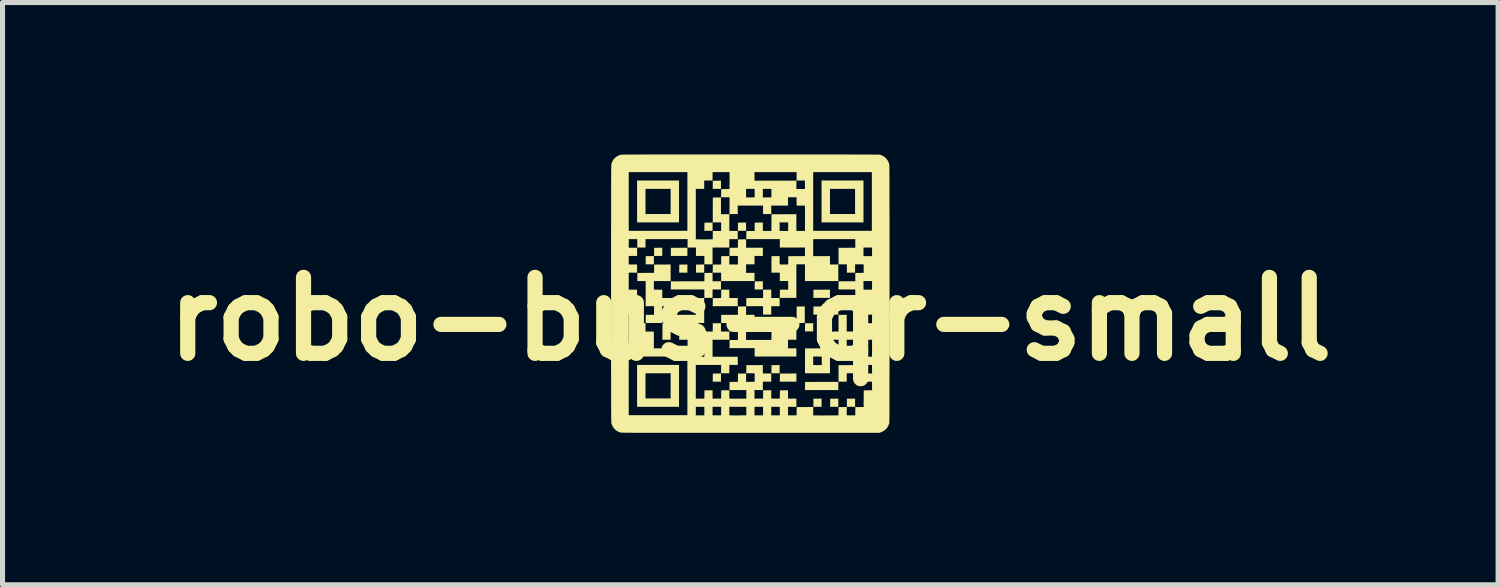
<source format=kicad_pcb>
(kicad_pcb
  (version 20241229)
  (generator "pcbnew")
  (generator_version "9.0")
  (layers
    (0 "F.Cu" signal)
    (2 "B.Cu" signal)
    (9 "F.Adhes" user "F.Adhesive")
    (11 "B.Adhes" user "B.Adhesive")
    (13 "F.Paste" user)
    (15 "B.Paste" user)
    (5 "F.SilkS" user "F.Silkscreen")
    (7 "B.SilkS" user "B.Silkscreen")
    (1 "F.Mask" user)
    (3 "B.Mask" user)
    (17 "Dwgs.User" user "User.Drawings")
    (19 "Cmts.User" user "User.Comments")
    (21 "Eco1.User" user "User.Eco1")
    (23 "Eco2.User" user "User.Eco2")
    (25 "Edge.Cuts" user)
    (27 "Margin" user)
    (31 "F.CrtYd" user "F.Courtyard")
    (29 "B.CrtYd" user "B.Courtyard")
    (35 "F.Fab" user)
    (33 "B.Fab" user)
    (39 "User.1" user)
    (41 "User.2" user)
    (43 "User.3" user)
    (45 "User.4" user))
  (footprint "robo-bus-qr-small"
    (layer "F.Cu")
    (at 11.764 3.248)
    (property "Reference" "robo-bus-qr-small" (at 0 0 0) (layer "F.SilkS") (effects (font (size 1.5 1.5) (thickness 0.3))))
    (attr board_only exclude_from_pos_files exclude_from_bom)
    (fp_poly (pts (xy -1.904 -1.16) (xy -1.904 -1.079) (xy -1.985 -1.079) (xy -2.066 -1.079) (xy -2.065 -1.159) (xy -2.064 -1.24) (xy -1.984 -1.241) (xy -1.904 -1.242)) (stroke (width 0) (type solid)) (fill yes) (layer "F.SilkS"))
    (fp_poly (pts (xy -1.738 -1.326) (xy -1.738 -1.245) (xy -1.819 -1.245) (xy -1.9 -1.245) (xy -1.899 -1.325) (xy -1.899 -1.405) (xy -1.818 -1.406) (xy -1.738 -1.407)) (stroke (width 0) (type solid)) (fill yes) (layer "F.SilkS"))
    (fp_poly (pts (xy -1.573 0.246) (xy -1.573 0.41) (xy -1.654 0.41) (xy -1.735 0.41) (xy -1.734 0.247) (xy -1.733 0.084) (xy -1.653 0.084) (xy -1.573 0.083)) (stroke (width 0) (type solid)) (fill yes) (layer "F.SilkS"))
    (fp_poly (pts (xy -1.242 -1.326) (xy -1.242 -1.245) (xy -1.405 -1.245) (xy -1.569 -1.245) (xy -1.568 -1.325) (xy -1.567 -1.405) (xy -1.405 -1.406) (xy -1.242 -1.407)) (stroke (width 0) (type solid)) (fill yes) (layer "F.SilkS"))
    (fp_poly (pts (xy -1.242 -0.995) (xy -1.242 -0.914) (xy -1.323 -0.914) (xy -1.404 -0.914) (xy -1.403 -0.994) (xy -1.402 -1.074) (xy -1.322 -1.075) (xy -1.242 -1.076)) (stroke (width 0) (type solid)) (fill yes) (layer "F.SilkS"))
    (fp_poly (pts (xy -0.91 -0.995) (xy -0.91 -0.914) (xy -0.992 -0.914) (xy -1.073 -0.914) (xy -1.072 -0.994) (xy -1.071 -1.074) (xy -0.991 -1.075) (xy -0.91 -1.076)) (stroke (width 0) (type solid)) (fill yes) (layer "F.SilkS"))
    (fp_poly (pts (xy -0.745 -1.822) (xy -0.745 -1.741) (xy -0.826 -1.741) (xy -0.907 -1.741) (xy -0.906 -1.822) (xy -0.905 -1.902) (xy -0.825 -1.903) (xy -0.745 -1.904)) (stroke (width 0) (type solid)) (fill yes) (layer "F.SilkS"))
    (fp_poly (pts (xy -0.579 -2.65) (xy -0.579 -2.569) (xy -0.66 -2.569) (xy -0.742 -2.569) (xy -0.741 -2.649) (xy -0.74 -2.729) (xy -0.66 -2.73) (xy -0.579 -2.731)) (stroke (width 0) (type solid)) (fill yes) (layer "F.SilkS"))
    (fp_poly (pts (xy -0.579 1.157) (xy -0.579 1.238) (xy -0.66 1.238) (xy -0.742 1.238) (xy -0.741 1.158) (xy -0.74 1.078) (xy -0.66 1.077) (xy -0.579 1.076)) (stroke (width 0) (type solid)) (fill yes) (layer "F.SilkS"))
    (fp_poly (pts (xy -0.083 -1.822) (xy -0.083 -1.741) (xy -0.164 -1.741) (xy -0.245 -1.741) (xy -0.244 -1.822) (xy -0.243 -1.902) (xy -0.163 -1.903) (xy -0.083 -1.904)) (stroke (width 0) (type solid)) (fill yes) (layer "F.SilkS"))
    (fp_poly (pts (xy 0.248 -0.664) (xy 0.248 -0.583) (xy 0.167 -0.583) (xy 0.086 -0.583) (xy 0.087 -0.663) (xy 0.088 -0.743) (xy 0.168 -0.744) (xy 0.248 -0.745)) (stroke (width 0) (type solid)) (fill yes) (layer "F.SilkS"))
    (fp_poly (pts (xy 0.579 0.991) (xy 0.579 1.072) (xy 0.498 1.072) (xy 0.417 1.072) (xy 0.418 0.992) (xy 0.419 0.912) (xy 0.499 0.911) (xy 0.579 0.91)) (stroke (width 0) (type solid)) (fill yes) (layer "F.SilkS"))
    (fp_poly (pts (xy 0.91 1.157) (xy 0.91 1.238) (xy 0.747 1.238) (xy 0.583 1.238) (xy 0.584 1.158) (xy 0.585 1.078) (xy 0.748 1.077) (xy 0.91 1.076)) (stroke (width 0) (type solid)) (fill yes) (layer "F.SilkS"))
    (fp_poly (pts (xy 1.076 -0.085) (xy 1.076 0.079) (xy 0.995 0.079) (xy 0.914 0.079) (xy 0.915 -0.084) (xy 0.916 -0.247) (xy 0.996 -0.247) (xy 1.076 -0.248)) (stroke (width 0) (type solid)) (fill yes) (layer "F.SilkS"))
    (fp_poly (pts (xy 1.242 0.164) (xy 1.242 0.245) (xy 1.16 0.245) (xy 1.079 0.245) (xy 1.08 0.165) (xy 1.081 0.084) (xy 1.161 0.084) (xy 1.242 0.083)) (stroke (width 0) (type solid)) (fill yes) (layer "F.SilkS"))
    (fp_poly (pts (xy 1.407 -0.167) (xy 1.407 -0.086) (xy 1.326 -0.086) (xy 1.245 -0.086) (xy 1.246 -0.166) (xy 1.247 -0.247) (xy 1.327 -0.247) (xy 1.407 -0.248)) (stroke (width 0) (type solid)) (fill yes) (layer "F.SilkS"))
    (fp_poly (pts (xy 1.407 1.653) (xy 1.407 1.734) (xy 1.326 1.734) (xy 1.245 1.734) (xy 1.246 1.654) (xy 1.247 1.574) (xy 1.327 1.573) (xy 1.407 1.572)) (stroke (width 0) (type solid)) (fill yes) (layer "F.SilkS"))
    (fp_poly (pts (xy 1.573 -0.498) (xy 1.573 -0.417) (xy 1.409 -0.417) (xy 1.245 -0.417) (xy 1.246 -0.497) (xy 1.247 -0.578) (xy 1.41 -0.578) (xy 1.573 -0.579)) (stroke (width 0) (type solid)) (fill yes) (layer "F.SilkS"))
    (fp_poly (pts (xy 1.738 -0.167) (xy 1.738 -0.086) (xy 1.657 -0.086) (xy 1.576 -0.086) (xy 1.577 -0.166) (xy 1.578 -0.247) (xy 1.658 -0.247) (xy 1.738 -0.248)) (stroke (width 0) (type solid)) (fill yes) (layer "F.SilkS"))
    (fp_poly (pts (xy 1.738 1.322) (xy 1.738 1.403) (xy 1.409 1.403) (xy 1.079 1.403) (xy 1.08 1.323) (xy 1.081 1.243) (xy 1.41 1.242) (xy 1.738 1.242)) (stroke (width 0) (type solid)) (fill yes) (layer "F.SilkS"))
    (fp_poly (pts (xy 1.738 1.653) (xy 1.738 1.734) (xy 1.657 1.734) (xy 1.576 1.734) (xy 1.577 1.654) (xy 1.578 1.574) (xy 1.658 1.573) (xy 1.738 1.572)) (stroke (width 0) (type solid)) (fill yes) (layer "F.SilkS"))
    (fp_poly (pts (xy 2.069 -0.333) (xy 2.069 -0.252) (xy 1.905 -0.252) (xy 1.741 -0.252) (xy 1.742 -0.332) (xy 1.743 -0.412) (xy 1.906 -0.413) (xy 2.069 -0.414)) (stroke (width 0) (type solid)) (fill yes) (layer "F.SilkS"))
    (fp_poly (pts (xy 2.069 1.653) (xy 2.069 1.734) (xy 1.988 1.734) (xy 1.907 1.734) (xy 1.908 1.654) (xy 1.909 1.574) (xy 1.989 1.573) (xy 2.069 1.572)) (stroke (width 0) (type solid)) (fill yes) (layer "F.SilkS"))
    (fp_poly (pts (xy -0.414 -0.497) (xy -0.414 -0.414) (xy -0.331 -0.414) (xy -0.248 -0.414) (xy -0.248 -0.333) (xy -0.248 -0.252) (xy -0.495 -0.252) (xy -0.742 -0.252) (xy -0.741 -0.332) (xy -0.74 -0.412) (xy -0.658 -0.413) (xy -0.576 -0.414) (xy -0.575 -0.496) (xy -0.574 -0.578) (xy -0.494 -0.579) (xy -0.414 -0.579)) (stroke (width 0) (type solid)) (fill yes) (layer "F.SilkS"))
    (fp_poly (pts (xy -1.407 -2.321) (xy -1.407 -1.907) (xy -1.821 -1.907) (xy -2.235 -1.907) (xy -2.235 -2.321) (xy -2.069 -2.321) (xy -2.069 -2.072) (xy -1.821 -2.072) (xy -1.573 -2.072) (xy -1.573 -2.321) (xy -1.573 -2.569) (xy -1.821 -2.569) (xy -2.069 -2.569) (xy -2.069 -2.321) (xy -2.235 -2.321) (xy -2.235 -2.734) (xy -1.821 -2.734) (xy -1.407 -2.734)) (stroke (width 0) (type solid)) (fill yes) (layer "F.SilkS"))
    (fp_poly (pts (xy -1.407 1.321) (xy -1.407 1.734) (xy -1.821 1.734) (xy -2.235 1.734) (xy -2.235 1.321) (xy -2.069 1.321) (xy -2.069 1.569) (xy -1.821 1.569) (xy -1.573 1.569) (xy -1.573 1.321) (xy -1.573 1.072) (xy -1.821 1.072) (xy -2.069 1.072) (xy -2.069 1.321) (xy -2.235 1.321) (xy -2.235 0.907) (xy -1.821 0.907) (xy -1.407 0.907)) (stroke (width 0) (type solid)) (fill yes) (layer "F.SilkS"))
    (fp_poly (pts (xy 2.235 -2.321) (xy 2.235 -1.907) (xy 1.821 -1.907) (xy 1.407 -1.907) (xy 1.407 -2.321) (xy 1.573 -2.321) (xy 1.573 -2.072) (xy 1.821 -2.072) (xy 2.069 -2.072) (xy 2.069 -2.321) (xy 2.069 -2.569) (xy 1.821 -2.569) (xy 1.573 -2.569) (xy 1.573 -2.321) (xy 1.407 -2.321) (xy 1.407 -2.734) (xy 1.821 -2.734) (xy 2.235 -2.734)) (stroke (width 0) (type solid)) (fill yes) (layer "F.SilkS"))
    (fp_poly (pts (xy 1.573 0.826) (xy 1.573 1.072) (xy 1.326 1.072) (xy 1.08 1.072) (xy 1.08 0.827) (xy 1.08 0.826) (xy 1.242 0.826) (xy 1.242 0.91) (xy 1.326 0.91) (xy 1.411 0.91) (xy 1.411 0.826) (xy 1.411 0.741) (xy 1.326 0.741) (xy 1.242 0.741) (xy 1.242 0.826) (xy 1.08 0.826) (xy 1.081 0.581) (xy 1.327 0.58) (xy 1.573 0.579)) (stroke (width 0) (type solid)) (fill yes) (layer "F.SilkS"))
    (fp_poly (pts (xy -0.91 -0.167) (xy -0.91 0.079) (xy -1.24 0.079) (xy -1.569 0.079) (xy -1.568 -0.001) (xy -1.567 -0.081) (xy -1.321 -0.082) (xy -1.281 -0.082) (xy -1.242 -0.082) (xy -1.206 -0.082) (xy -1.173 -0.083) (xy -1.144 -0.083) (xy -1.12 -0.083) (xy -1.1 -0.083) (xy -1.085 -0.083) (xy -1.076 -0.084) (xy -1.074 -0.084) (xy -1.073 -0.087) (xy -1.073 -0.097) (xy -1.073 -0.113) (xy -1.073 -0.133) (xy -1.072 -0.157) (xy -1.072 -0.185) (xy -1.072 -0.216) (xy -1.072 -0.249) (xy -1.071 -0.412) (xy -0.991 -0.413) (xy -0.91 -0.414)) (stroke (width 0) (type solid)) (fill yes) (layer "F.SilkS"))
    (fp_poly (pts (xy 0.414 -0.497) (xy 0.414 -0.414) (xy 0.497 -0.414) (xy 0.579 -0.414) (xy 0.579 -0.333) (xy 0.579 -0.252) (xy 0.497 -0.252) (xy 0.414 -0.252) (xy 0.414 -0.169) (xy 0.414 -0.086) (xy 0.333 -0.086) (xy 0.252 -0.086) (xy 0.252 -0.169) (xy 0.252 -0.252) (xy 0.086 -0.252) (xy -0.079 -0.252) (xy -0.079 -0.332) (xy -0.078 -0.412) (xy 0.005 -0.413) (xy 0.035 -0.413) (xy 0.069 -0.413) (xy 0.105 -0.413) (xy 0.139 -0.414) (xy 0.169 -0.414) (xy 0.17 -0.414) (xy 0.252 -0.414) (xy 0.253 -0.496) (xy 0.253 -0.578) (xy 0.334 -0.579) (xy 0.414 -0.579)) (stroke (width 0) (type solid)) (fill yes) (layer "F.SilkS"))
    (fp_poly (pts (xy -0.745 -0.828) (xy -0.745 -0.745) (xy -0.662 -0.745) (xy -0.579 -0.745) (xy -0.579 -0.664) (xy -0.579 -0.583) (xy -0.662 -0.583) (xy -0.745 -0.583) (xy -0.745 -0.5) (xy -0.745 -0.417) (xy -0.826 -0.417) (xy -0.907 -0.417) (xy -0.907 -0.5) (xy -0.907 -0.583) (xy -1.238 -0.583) (xy -1.569 -0.583) (xy -1.568 -0.663) (xy -1.567 -0.743) (xy -1.319 -0.744) (xy -1.276 -0.744) (xy -1.232 -0.744) (xy -1.19 -0.744) (xy -1.149 -0.744) (xy -1.11 -0.744) (xy -1.075 -0.745) (xy -1.044 -0.745) (xy -1.017 -0.745) (xy -0.997 -0.745) (xy -0.989 -0.745) (xy -0.907 -0.745) (xy -0.906 -0.827) (xy -0.905 -0.909) (xy -0.825 -0.91) (xy -0.745 -0.91)) (stroke (width 0) (type solid)) (fill yes) (layer "F.SilkS"))
    (fp_poly (pts (xy 1.904 0.083) (xy 1.904 0.248) (xy 1.986 0.248) (xy 2.069 0.248) (xy 2.069 0.329) (xy 2.069 0.41) (xy 1.986 0.41) (xy 1.904 0.41) (xy 1.904 0.493) (xy 1.904 0.576) (xy 1.823 0.576) (xy 1.742 0.576) (xy 1.742 0.493) (xy 1.742 0.41) (xy 1.576 0.41) (xy 1.41 0.41) (xy 1.411 0.33) (xy 1.412 0.25) (xy 1.576 0.249) (xy 1.609 0.249) (xy 1.639 0.249) (xy 1.667 0.248) (xy 1.692 0.248) (xy 1.712 0.248) (xy 1.727 0.248) (xy 1.737 0.247) (xy 1.74 0.247) (xy 1.741 0.244) (xy 1.741 0.234) (xy 1.741 0.218) (xy 1.742 0.198) (xy 1.742 0.174) (xy 1.742 0.146) (xy 1.742 0.115) (xy 1.742 0.082) (xy 1.743 -0.081) (xy 1.824 -0.082) (xy 1.904 -0.083)) (stroke (width 0) (type solid)) (fill yes) (layer "F.SilkS"))
    (fp_poly (pts (xy -0.083 -1.49) (xy -0.083 -1.407) (xy 0.001 -1.407) (xy 0.031 -1.407) (xy 0.065 -1.407) (xy 0.101 -1.407) (xy 0.135 -1.407) (xy 0.165 -1.407) (xy 0.166 -1.407) (xy 0.248 -1.407) (xy 0.248 -1.326) (xy 0.248 -1.245) (xy 0.166 -1.245) (xy 0.083 -1.245) (xy 0.083 -1.162) (xy 0.083 -1.079) (xy 0 -1.079) (xy -0.083 -1.079) (xy -0.083 -0.995) (xy -0.083 -0.91) (xy 0 -0.91) (xy 0.083 -0.91) (xy 0.083 -0.829) (xy 0.083 -0.748) (xy -0.247 -0.748) (xy -0.576 -0.748) (xy -0.576 -0.831) (xy -0.576 -0.914) (xy -0.659 -0.914) (xy -0.742 -0.914) (xy -0.741 -0.994) (xy -0.74 -1.074) (xy -0.658 -1.075) (xy -0.576 -1.076) (xy -0.575 -1.158) (xy -0.574 -1.24) (xy -0.494 -1.241) (xy -0.414 -1.242) (xy -0.414 -1.159) (xy -0.414 -1.076) (xy -0.329 -1.076) (xy -0.245 -1.076) (xy -0.245 -1.16) (xy -0.245 -1.245) (xy -0.328 -1.245) (xy -0.411 -1.245) (xy -0.41 -1.325) (xy -0.409 -1.405) (xy -0.327 -1.406) (xy -0.245 -1.407) (xy -0.244 -1.489) (xy -0.243 -1.571) (xy -0.163 -1.572) (xy -0.083 -1.573)) (stroke (width 0) (type solid)) (fill yes) (layer "F.SilkS"))
    (fp_poly (pts (xy -1.573 -0.912) (xy -1.573 -0.748) (xy -1.738 -0.748) (xy -1.904 -0.748) (xy -1.904 -0.664) (xy -1.904 -0.579) (xy -1.821 -0.579) (xy -1.738 -0.579) (xy -1.738 -0.497) (xy -1.738 -0.414) (xy -1.655 -0.414) (xy -1.633 -0.414) (xy -1.606 -0.414) (xy -1.574 -0.414) (xy -1.539 -0.414) (xy -1.502 -0.414) (xy -1.464 -0.414) (xy -1.427 -0.414) (xy -1.406 -0.414) (xy -1.242 -0.414) (xy -1.242 -0.333) (xy -1.242 -0.252) (xy -1.49 -0.252) (xy -1.738 -0.252) (xy -1.738 -0.086) (xy -1.738 0.079) (xy -1.902 0.079) (xy -2.066 0.079) (xy -2.065 -0.001) (xy -2.064 -0.081) (xy -1.982 -0.082) (xy -1.9 -0.083) (xy -1.9 -0.167) (xy -1.9 -0.252) (xy -1.983 -0.252) (xy -2.066 -0.252) (xy -2.066 -0.416) (xy -2.066 -0.453) (xy -2.066 -0.491) (xy -2.066 -0.529) (xy -2.066 -0.565) (xy -2.066 -0.599) (xy -2.066 -0.629) (xy -2.066 -0.653) (xy -2.066 -0.665) (xy -2.066 -0.748) (xy -2.149 -0.748) (xy -2.231 -0.748) (xy -2.231 -0.828) (xy -2.23 -0.909) (xy -2.147 -0.909) (xy -2.117 -0.91) (xy -2.083 -0.91) (xy -2.047 -0.91) (xy -2.013 -0.91) (xy -1.983 -0.91) (xy -1.982 -0.91) (xy -1.9 -0.91) (xy -1.899 -0.992) (xy -1.899 -1.074) (xy -1.736 -1.075) (xy -1.573 -1.076)) (stroke (width 0) (type solid)) (fill yes) (layer "F.SilkS"))
    (fp_poly (pts (xy -0.083 -0.166) (xy -0.083 -0.083) (xy 0 -0.083) (xy 0.083 -0.083) (xy 0.083 0.081) (xy 0.083 0.245) (xy 0 0.245) (xy -0.083 0.245) (xy -0.083 0.329) (xy -0.083 0.414) (xy 0 0.414) (xy 0.03 0.414) (xy 0.063 0.414) (xy 0.099 0.414) (xy 0.134 0.414) (xy 0.165 0.414) (xy 0.169 0.414) (xy 0.199 0.414) (xy 0.233 0.414) (xy 0.268 0.414) (xy 0.302 0.414) (xy 0.332 0.414) (xy 0.336 0.414) (xy 0.417 0.414) (xy 0.418 0.332) (xy 0.419 0.25) (xy 0.501 0.249) (xy 0.583 0.248) (xy 0.584 0.166) (xy 0.585 0.084) (xy 0.748 0.084) (xy 0.91 0.083) (xy 0.91 0.247) (xy 0.91 0.41) (xy 0.828 0.41) (xy 0.745 0.41) (xy 0.745 0.495) (xy 0.745 0.579) (xy 0.828 0.579) (xy 0.91 0.579) (xy 0.91 0.66) (xy 0.91 0.741) (xy 0.498 0.741) (xy 0.086 0.741) (xy 0.086 0.659) (xy 0.086 0.576) (xy -0.162 0.576) (xy -0.411 0.576) (xy -0.41 0.496) (xy -0.409 0.416) (xy -0.327 0.415) (xy -0.245 0.414) (xy -0.245 0.329) (xy -0.245 0.245) (xy -0.328 0.245) (xy -0.41 0.245) (xy -0.41 0.162) (xy -0.41 0.079) (xy -0.493 0.079) (xy -0.576 0.079) (xy -0.575 -0.001) (xy -0.574 -0.081) (xy -0.491 -0.082) (xy -0.461 -0.082) (xy -0.427 -0.082) (xy -0.392 -0.082) (xy -0.358 -0.083) (xy -0.328 -0.083) (xy -0.327 -0.083) (xy -0.245 -0.083) (xy -0.244 -0.165) (xy -0.243 -0.247) (xy -0.163 -0.247) (xy -0.083 -0.248)) (stroke (width 0) (type solid)) (fill yes) (layer "F.SilkS"))
    (fp_poly (pts (xy -0.356 -3.248) (xy -0.206 -3.248) (xy -0.049 -3.248) (xy -0.000311 -3.248) (xy 0.16 -3.248) (xy 0.314 -3.248) (xy 0.461 -3.248) (xy 0.601 -3.248) (xy 0.736 -3.248) (xy 0.864 -3.248) (xy 0.986 -3.248) (xy 1.102 -3.248) (xy 1.212 -3.248) (xy 1.317 -3.248) (xy 1.417 -3.248) (xy 1.511 -3.248) (xy 1.599 -3.248) (xy 1.683 -3.248) (xy 1.762 -3.248) (xy 1.836 -3.248) (xy 1.905 -3.248) (xy 1.97 -3.248) (xy 2.031 -3.247) (xy 2.087 -3.247) (xy 2.14 -3.247) (xy 2.188 -3.247) (xy 2.233 -3.247) (xy 2.274 -3.247) (xy 2.312 -3.247) (xy 2.346 -3.247) (xy 2.377 -3.246) (xy 2.405 -3.246) (xy 2.431 -3.246) (xy 2.453 -3.246) (xy 2.473 -3.246) (xy 2.49 -3.245) (xy 2.505 -3.245) (xy 2.518 -3.245) (xy 2.528 -3.245) (xy 2.537 -3.244) (xy 2.544 -3.244) (xy 2.55 -3.244) (xy 2.554 -3.244) (xy 2.556 -3.243) (xy 2.557 -3.243) (xy 2.593 -3.232) (xy 2.627 -3.215) (xy 2.659 -3.192) (xy 2.686 -3.165) (xy 2.71 -3.133) (xy 2.729 -3.099) (xy 2.742 -3.061) (xy 2.742 -3.06) (xy 2.742 -3.059) (xy 2.743 -3.057) (xy 2.743 -3.055) (xy 2.743 -3.052) (xy 2.744 -3.049) (xy 2.744 -3.045) (xy 2.744 -3.041) (xy 2.745 -3.035) (xy 2.745 -3.028) (xy 2.745 -3.02) (xy 2.746 -3.011) (xy 2.746 -3) (xy 2.746 -2.987) (xy 2.746 -2.972) (xy 2.746 -2.956) (xy 2.747 -2.937) (xy 2.747 -2.916) (xy 2.747 -2.892) (xy 2.747 -2.865) (xy 2.747 -2.836) (xy 2.747 -2.804) (xy 2.748 -2.769) (xy 2.748 -2.731) (xy 2.748 -2.689) (xy 2.748 -2.644) (xy 2.748 -2.595) (xy 2.748 -2.542) (xy 2.748 -2.485) (xy 2.748 -2.425) (xy 2.748 -2.36) (xy 2.748 -2.29) (xy 2.748 -2.216) (xy 2.748 -2.137) (xy 2.749 -2.054) (xy 2.749 -1.965) (xy 2.749 -1.871) (xy 2.749 -1.772) (xy 2.749 -1.668) (xy 2.749 -1.557) (xy 2.749 -1.442) (xy 2.749 -1.32) (xy 2.749 -1.192) (xy 2.749 -1.058) (xy 2.749 -0.918) (xy 2.749 -0.771) (xy 2.749 -0.617) (xy 2.749 -0.498) (xy 2.749 -0.34) (xy 2.749 -0.188) (xy 2.749 -0.043) (xy 2.749 0.096) (xy 2.749 0.229) (xy 2.749 0.355) (xy 2.749 0.475) (xy 2.749 0.59) (xy 2.749 0.698) (xy 2.749 0.801) (xy 2.749 0.899) (xy 2.749 0.992) (xy 2.748 1.079) (xy 2.748 1.161) (xy 2.748 1.239) (xy 2.748 1.312) (xy 2.748 1.38) (xy 2.748 1.444) (xy 2.748 1.504) (xy 2.748 1.56) (xy 2.748 1.612) (xy 2.748 1.66) (xy 2.748 1.704) (xy 2.748 1.745) (xy 2.748 1.782) (xy 2.747 1.817) (xy 2.747 1.848) (xy 2.747 1.876) (xy 2.747 1.902) (xy 2.747 1.925) (xy 2.747 1.946) (xy 2.746 1.964) (xy 2.746 1.98) (xy 2.746 1.994) (xy 2.746 2.007) (xy 2.745 2.017) (xy 2.745 2.027) (xy 2.745 2.034) (xy 2.745 2.041) (xy 2.744 2.046) (xy 2.744 2.05) (xy 2.744 2.054) (xy 2.743 2.057) (xy 2.743 2.059) (xy 2.742 2.061) (xy 2.742 2.063) (xy 2.742 2.063) (xy 2.729 2.101) (xy 2.71 2.136) (xy 2.685 2.168) (xy 2.655 2.195) (xy 2.62 2.218) (xy 2.581 2.236) (xy 2.579 2.237) (xy 2.554 2.247) (xy 0.007 2.247) (xy -0.152 2.247) (xy -0.304 2.247) (xy -0.45 2.247) (xy -0.589 2.247) (xy -0.722 2.247) (xy -0.849 2.247) (xy -0.969 2.247) (xy -1.084 2.247) (xy -1.193 2.247) (xy -1.297 2.247) (xy -1.395 2.247) (xy -1.488 2.247) (xy -1.575 2.247) (xy -1.658 2.247) (xy -1.736 2.247) (xy -1.809 2.247) (xy -1.878 2.247) (xy -1.942 2.247) (xy -2.002 2.247) (xy -2.058 2.247) (xy -2.11 2.247) (xy -2.159 2.247) (xy -2.203 2.247) (xy -2.245 2.247) (xy -2.282 2.247) (xy -2.317 2.247) (xy -2.348 2.246) (xy -2.377 2.246) (xy -2.403 2.246) (xy -2.426 2.246) (xy -2.447 2.246) (xy -2.466 2.246) (xy -2.482 2.245) (xy -2.496 2.245) (xy -2.509 2.245) (xy -2.52 2.245) (xy -2.529 2.244) (xy -2.536 2.244) (xy -2.543 2.244) (xy -2.548 2.244) (xy -2.553 2.243) (xy -2.556 2.243) (xy -2.559 2.243) (xy -2.561 2.242) (xy -2.563 2.242) (xy -2.565 2.241) (xy -2.565 2.241) (xy -2.602 2.228) (xy -2.637 2.209) (xy -2.668 2.185) (xy -2.695 2.155) (xy -2.717 2.122) (xy -2.734 2.086) (xy -2.742 2.06) (xy -2.742 2.059) (xy -2.743 2.057) (xy -2.743 2.055) (xy -2.743 2.052) (xy -2.744 2.049) (xy -2.744 2.045) (xy -2.744 2.041) (xy -2.745 2.035) (xy -2.745 2.028) (xy -2.745 2.02) (xy -2.746 2.011) (xy -2.746 2) (xy -2.746 1.987) (xy -2.746 1.972) (xy -2.746 1.956) (xy -2.747 1.937) (xy -2.747 1.916) (xy -2.747 1.892) (xy -2.747 1.865) (xy -2.747 1.836) (xy -2.747 1.804) (xy -2.748 1.769) (xy -2.748 1.731) (xy -2.748 1.689) (xy -2.748 1.644) (xy -2.748 1.595) (xy -2.748 1.542) (xy -2.748 1.485) (xy -2.748 1.425) (xy -2.748 1.359) (xy -2.748 1.321) (xy -2.4 1.321) (xy -2.4 1.9) (xy -1.821 1.9) (xy -1.242 1.9) (xy -1.242 1.819) (xy -1.076 1.819) (xy -1.076 1.903) (xy -0.992 1.903) (xy -0.907 1.903) (xy -0.907 1.819) (xy -0.745 1.819) (xy -0.745 1.903) (xy -0.66 1.903) (xy -0.576 1.903) (xy -0.576 1.819) (xy -0.576 1.819) (xy -0.414 1.819) (xy -0.414 1.903) (xy -0.33 1.904) (xy -0.307 1.905) (xy -0.285 1.905) (xy -0.267 1.905) (xy -0.253 1.905) (xy -0.244 1.904) (xy -0.242 1.904) (xy -0.237 1.904) (xy -0.227 1.904) (xy -0.212 1.904) (xy -0.192 1.904) (xy -0.171 1.903) (xy -0.158 1.903) (xy -0.079 1.903) (xy -0.079 1.819) (xy 0.083 1.819) (xy 0.083 1.903) (xy 0.167 1.903) (xy 0.252 1.903) (xy 0.252 1.819) (xy 0.414 1.819) (xy 0.414 1.903) (xy 0.498 1.903) (xy 0.583 1.903) (xy 0.583 1.819) (xy 0.583 1.734) (xy 0.498 1.734) (xy 0.414 1.734) (xy 0.414 1.819) (xy 0.252 1.819) (xy 0.252 1.734) (xy 0.167 1.734) (xy 0.083 1.734) (xy 0.083 1.819) (xy -0.079 1.819) (xy -0.079 1.734) (xy -0.247 1.734) (xy -0.414 1.734) (xy -0.414 1.819) (xy -0.576 1.819) (xy -0.576 1.734) (xy -0.66 1.734) (xy -0.745 1.734) (xy -0.745 1.819) (xy -0.907 1.819) (xy -0.907 1.734) (xy -0.992 1.734) (xy -1.076 1.734) (xy -1.076 1.819) (xy -1.242 1.819) (xy -1.242 1.321) (xy -1.242 0.741) (xy -1.821 0.741) (xy -2.4 0.741) (xy -2.4 1.321) (xy -2.748 1.321) (xy -2.748 1.29) (xy -2.748 1.216) (xy -2.748 1.137) (xy -2.749 1.053) (xy -2.749 0.965) (xy -2.749 0.871) (xy -2.749 0.772) (xy -2.749 0.667) (xy -2.749 0.66) (xy -1.076 0.66) (xy -1.076 0.745) (xy -0.992 0.745) (xy -0.907 0.745) (xy -0.907 0.66) (xy -0.907 0.576) (xy -0.992 0.576) (xy -1.076 0.576) (xy -1.076 0.66) (xy -2.749 0.66) (xy -2.749 0.557) (xy -2.749 0.441) (xy -2.749 0.32) (xy -2.749 0.192) (xy -2.749 0.058) (xy -2.749 -0.083) (xy -2.749 -0.229) (xy -2.749 -0.383) (xy -2.749 -0.501) (xy -2.749 -0.661) (xy -2.749 -0.813) (xy -2.749 -0.959) (xy -2.749 -1.099) (xy -2.749 -1.232) (xy -2.749 -1.359) (xy -2.749 -1.48) (xy -2.749 -1.576) (xy -2.4 -1.576) (xy -2.4 -1.491) (xy -2.4 -1.407) (xy -2.318 -1.407) (xy -2.235 -1.407) (xy -2.235 -1.326) (xy -2.235 -1.245) (xy -2.318 -1.245) (xy -2.4 -1.245) (xy -2.4 -1.16) (xy -2.4 -1.076) (xy -2.318 -1.076) (xy -2.235 -1.076) (xy -2.235 -0.995) (xy -2.235 -0.914) (xy -2.318 -0.914) (xy -2.4 -0.914) (xy -2.4 -0.747) (xy -2.4 -0.579) (xy -2.318 -0.579) (xy -2.235 -0.579) (xy -2.235 -0.333) (xy -2.235 -0.086) (xy -2.318 -0.086) (xy -2.4 -0.086) (xy -2.4 0.247) (xy -2.4 0.579) (xy -2.316 0.579) (xy -2.231 0.579) (xy -2.231 0.497) (xy -2.231 0.476) (xy -2.231 0.45) (xy -2.231 0.418) (xy -2.231 0.384) (xy -2.231 0.347) (xy -2.231 0.309) (xy -2.23 0.272) (xy -2.23 0.25) (xy -2.23 0.084) (xy -2.149 0.084) (xy -2.069 0.083) (xy -2.069 0.165) (xy -2.069 0.248) (xy -1.986 0.248) (xy -1.904 0.248) (xy -1.904 0.414) (xy -1.904 0.579) (xy -1.821 0.579) (xy -1.8 0.579) (xy -1.773 0.579) (xy -1.742 0.579) (xy -1.707 0.579) (xy -1.67 0.579) (xy -1.632 0.579) (xy -1.594 0.579) (xy -1.569 0.579) (xy -1.532 0.579) (xy -1.494 0.579) (xy -1.457 0.579) (xy -1.421 0.579) (xy -1.387 0.579) (xy -1.357 0.579) (xy -1.333 0.579) (xy -1.319 0.579) (xy -1.238 0.579) (xy -1.238 0.495) (xy -1.238 0.41) (xy -1.321 0.41) (xy -1.404 0.41) (xy -1.403 0.33) (xy -1.402 0.25) (xy -1.154 0.249) (xy -1.11 0.249) (xy -1.067 0.249) (xy -1.024 0.249) (xy -0.983 0.249) (xy -0.945 0.249) (xy -0.909 0.249) (xy -0.878 0.248) (xy -0.852 0.248) (xy -0.831 0.248) (xy -0.823 0.248) (xy -0.742 0.248) (xy -0.741 0.166) (xy -0.74 0.084) (xy -0.66 0.084) (xy -0.579 0.083) (xy -0.579 0.165) (xy -0.579 0.248) (xy -0.497 0.248) (xy -0.414 0.248) (xy -0.414 0.329) (xy -0.414 0.41) (xy -0.579 0.41) (xy -0.745 0.41) (xy -0.745 0.578) (xy -0.745 0.745) (xy -0.661 0.745) (xy -0.64 0.745) (xy -0.613 0.745) (xy -0.581 0.745) (xy -0.546 0.745) (xy -0.509 0.745) (xy -0.471 0.745) (xy -0.434 0.745) (xy -0.413 0.745) (xy -0.248 0.745) (xy -0.248 0.826) (xy -0.248 0.907) (xy -0.331 0.907) (xy -0.414 0.907) (xy -0.414 0.99) (xy -0.414 1.072) (xy -0.495 1.072) (xy -0.576 1.072) (xy -0.576 0.99) (xy -0.576 0.907) (xy -0.826 0.907) (xy -1.076 0.907) (xy -1.076 1.24) (xy -1.076 1.572) (xy -0.992 1.572) (xy -0.907 1.572) (xy -0.906 1.491) (xy -0.905 1.409) (xy -0.825 1.408) (xy -0.745 1.407) (xy -0.745 1.49) (xy -0.745 1.572) (xy -0.66 1.572) (xy -0.576 1.572) (xy -0.575 1.491) (xy -0.574 1.409) (xy -0.494 1.408) (xy -0.414 1.407) (xy -0.414 1.489) (xy -0.414 1.572) (xy -0.33 1.573) (xy -0.3 1.573) (xy -0.265 1.574) (xy -0.229 1.574) (xy -0.195 1.573) (xy -0.164 1.573) (xy -0.163 1.573) (xy -0.079 1.572) (xy -0.079 1.488) (xy -0.079 1.403) (xy -0.245 1.403) (xy -0.411 1.403) (xy -0.41 1.323) (xy -0.409 1.243) (xy -0.327 1.242) (xy -0.245 1.241) (xy -0.244 1.159) (xy -0.243 1.078) (xy -0.163 1.077) (xy -0.083 1.076) (xy -0.083 1.159) (xy -0.083 1.241) (xy 0.002 1.241) (xy 0.086 1.241) (xy 0.086 1.157) (xy 0.086 1.072) (xy 0.003 1.072) (xy -0.079 1.072) (xy -0.079 0.992) (xy -0.078 0.912) (xy 0.085 0.911) (xy 0.248 0.91) (xy 0.248 0.993) (xy 0.248 1.076) (xy 0.331 1.076) (xy 0.414 1.076) (xy 0.414 1.157) (xy 0.414 1.238) (xy 0.331 1.238) (xy 0.248 1.238) (xy 0.248 1.321) (xy 0.248 1.403) (xy 0.166 1.403) (xy 0.083 1.403) (xy 0.083 1.488) (xy 0.083 1.572) (xy 0.167 1.572) (xy 0.252 1.572) (xy 0.253 1.491) (xy 0.253 1.409) (xy 0.334 1.408) (xy 0.414 1.407) (xy 0.414 1.49) (xy 0.414 1.572) (xy 0.498 1.572) (xy 0.583 1.572) (xy 0.584 1.491) (xy 0.585 1.409) (xy 0.665 1.408) (xy 0.745 1.407) (xy 0.745 1.49) (xy 0.745 1.572) (xy 0.828 1.572) (xy 0.91 1.572) (xy 0.91 1.653) (xy 0.91 1.734) (xy 0.828 1.734) (xy 0.745 1.734) (xy 0.745 1.819) (xy 0.745 1.903) (xy 0.829 1.903) (xy 0.914 1.903) (xy 0.915 1.822) (xy 0.916 1.74) (xy 1.079 1.739) (xy 1.242 1.738) (xy 1.242 1.821) (xy 1.242 1.903) (xy 1.325 1.904) (xy 1.355 1.904) (xy 1.389 1.905) (xy 1.425 1.905) (xy 1.46 1.905) (xy 1.491 1.904) (xy 1.495 1.904) (xy 1.525 1.904) (xy 1.559 1.904) (xy 1.594 1.904) (xy 1.627 1.904) (xy 1.657 1.904) (xy 1.661 1.904) (xy 1.741 1.903) (xy 1.742 1.822) (xy 1.743 1.74) (xy 1.824 1.739) (xy 1.904 1.738) (xy 1.904 1.821) (xy 1.904 1.903) (xy 1.988 1.903) (xy 2.073 1.903) (xy 2.073 1.822) (xy 2.074 1.74) (xy 2.156 1.739) (xy 2.238 1.738) (xy 2.238 1.656) (xy 2.238 1.626) (xy 2.239 1.592) (xy 2.239 1.557) (xy 2.239 1.522) (xy 2.239 1.492) (xy 2.239 1.491) (xy 2.24 1.409) (xy 2.322 1.408) (xy 2.404 1.407) (xy 2.404 1.322) (xy 2.404 1.238) (xy 2.321 1.238) (xy 2.238 1.238) (xy 2.239 1.158) (xy 2.24 1.078) (xy 2.322 1.077) (xy 2.404 1.076) (xy 2.404 0.991) (xy 2.404 0.907) (xy 2.319 0.907) (xy 2.235 0.907) (xy 2.235 0.99) (xy 2.235 1.072) (xy 2.069 1.072) (xy 1.904 1.072) (xy 1.904 1.155) (xy 1.904 1.238) (xy 1.823 1.238) (xy 1.742 1.238) (xy 1.742 1.075) (xy 1.743 0.912) (xy 1.826 0.911) (xy 1.856 0.911) (xy 1.89 0.911) (xy 1.926 0.911) (xy 1.96 0.911) (xy 1.99 0.91) (xy 1.991 0.91) (xy 2.073 0.91) (xy 2.073 0.828) (xy 2.074 0.747) (xy 2.238 0.746) (xy 2.271 0.746) (xy 2.302 0.745) (xy 2.329 0.745) (xy 2.354 0.745) (xy 2.374 0.745) (xy 2.389 0.744) (xy 2.399 0.744) (xy 2.402 0.744) (xy 2.403 0.74) (xy 2.403 0.73) (xy 2.403 0.714) (xy 2.404 0.694) (xy 2.404 0.668) (xy 2.404 0.639) (xy 2.404 0.606) (xy 2.404 0.57) (xy 2.404 0.532) (xy 2.404 0.494) (xy 2.404 0.41) (xy 2.321 0.41) (xy 2.238 0.41) (xy 2.238 0.328) (xy 2.238 0.245) (xy 2.156 0.245) (xy 2.073 0.245) (xy 2.074 -0.001) (xy 2.074 -0.002) (xy 2.235 -0.002) (xy 2.235 0.083) (xy 2.319 0.083) (xy 2.404 0.083) (xy 2.404 -0.002) (xy 2.404 -0.086) (xy 2.319 -0.086) (xy 2.235 -0.086) (xy 2.235 -0.002) (xy 2.074 -0.002) (xy 2.074 -0.247) (xy 2.156 -0.247) (xy 2.238 -0.248) (xy 2.238 -0.333) (xy 2.238 -0.417) (xy 2.155 -0.417) (xy 2.073 -0.417) (xy 2.073 -0.5) (xy 2.073 -0.583) (xy 1.907 -0.583) (xy 1.741 -0.583) (xy 1.742 -0.663) (xy 1.742 -0.664) (xy 2.235 -0.664) (xy 2.235 -0.579) (xy 2.319 -0.579) (xy 2.404 -0.579) (xy 2.404 -0.664) (xy 2.404 -0.748) (xy 2.319 -0.748) (xy 2.235 -0.748) (xy 2.235 -0.664) (xy 1.742 -0.664) (xy 1.743 -0.743) (xy 1.826 -0.744) (xy 1.856 -0.744) (xy 1.89 -0.744) (xy 1.926 -0.744) (xy 1.96 -0.745) (xy 1.99 -0.745) (xy 1.991 -0.745) (xy 2.073 -0.745) (xy 2.073 -0.827) (xy 2.074 -0.909) (xy 2.156 -0.91) (xy 2.238 -0.91) (xy 2.238 -0.995) (xy 2.238 -1.079) (xy 2.154 -1.079) (xy 2.069 -1.079) (xy 2.069 -0.997) (xy 2.069 -0.914) (xy 1.988 -0.914) (xy 1.907 -0.914) (xy 1.907 -0.997) (xy 1.907 -1.079) (xy 1.824 -1.079) (xy 1.742 -1.079) (xy 1.742 -1.242) (xy 1.743 -1.326) (xy 2.235 -1.326) (xy 2.235 -1.241) (xy 2.319 -1.241) (xy 2.404 -1.241) (xy 2.404 -1.326) (xy 2.404 -1.41) (xy 2.319 -1.41) (xy 2.235 -1.41) (xy 2.235 -1.326) (xy 1.743 -1.326) (xy 1.743 -1.405) (xy 1.826 -1.406) (xy 1.856 -1.406) (xy 1.89 -1.406) (xy 1.926 -1.407) (xy 1.96 -1.407) (xy 1.99 -1.407) (xy 1.991 -1.407) (xy 2.073 -1.407) (xy 2.073 -1.491) (xy 2.073 -1.576) (xy 1.657 -1.576) (xy 1.242 -1.576) (xy 1.242 -1.409) (xy 1.242 -1.241) (xy 1.325 -1.241) (xy 1.355 -1.241) (xy 1.389 -1.241) (xy 1.425 -1.241) (xy 1.459 -1.241) (xy 1.489 -1.241) (xy 1.491 -1.241) (xy 1.573 -1.242) (xy 1.573 -1.159) (xy 1.573 -1.076) (xy 1.655 -1.076) (xy 1.738 -1.076) (xy 1.738 -0.912) (xy 1.738 -0.748) (xy 1.409 -0.748) (xy 1.079 -0.748) (xy 1.079 -0.83) (xy 1.08 -0.86) (xy 1.08 -0.894) (xy 1.08 -0.929) (xy 1.08 -0.964) (xy 1.08 -0.994) (xy 1.08 -0.996) (xy 1.079 -1.079) (xy 0.995 -1.079) (xy 0.91 -1.079) (xy 0.91 -0.748) (xy 0.91 -0.417) (xy 0.747 -0.417) (xy 0.583 -0.417) (xy 0.584 -0.497) (xy 0.585 -0.578) (xy 0.666 -0.579) (xy 0.748 -0.579) (xy 0.748 -0.664) (xy 0.748 -0.748) (xy 0.666 -0.748) (xy 0.583 -0.748) (xy 0.583 -0.831) (xy 0.583 -0.914) (xy 0.5 -0.914) (xy 0.417 -0.914) (xy 0.418 -1.077) (xy 0.419 -1.24) (xy 0.499 -1.241) (xy 0.579 -1.242) (xy 0.579 -1.159) (xy 0.579 -1.076) (xy 0.664 -1.076) (xy 0.748 -1.076) (xy 0.749 -1.158) (xy 0.75 -1.24) (xy 0.833 -1.24) (xy 0.863 -1.241) (xy 0.897 -1.241) (xy 0.933 -1.241) (xy 0.967 -1.241) (xy 0.997 -1.241) (xy 0.998 -1.241) (xy 1.079 -1.241) (xy 1.079 -1.326) (xy 1.079 -1.41) (xy 0.831 -1.41) (xy 0.583 -1.41) (xy 0.583 -1.493) (xy 0.583 -1.576) (xy 0.252 -1.576) (xy -0.079 -1.576) (xy -0.079 -1.656) (xy -0.078 -1.736) (xy 0.004 -1.737) (xy 0.086 -1.738) (xy 0.087 -1.82) (xy 0.088 -1.902) (xy 0.168 -1.903) (xy 0.248 -1.904) (xy 0.248 -1.821) (xy 0.248 -1.738) (xy 0.333 -1.738) (xy 0.417 -1.738) (xy 0.417 -1.82) (xy 0.417 -1.822) (xy 0.579 -1.822) (xy 0.579 -1.738) (xy 0.664 -1.738) (xy 0.748 -1.738) (xy 0.748 -1.822) (xy 0.748 -1.907) (xy 0.664 -1.907) (xy 0.579 -1.907) (xy 0.579 -1.822) (xy 0.417 -1.822) (xy 0.418 -1.85) (xy 0.418 -1.884) (xy 0.418 -1.919) (xy 0.418 -1.953) (xy 0.418 -1.984) (xy 0.418 -1.984) (xy 0.419 -2.067) (xy 0.665 -2.068) (xy 0.91 -2.069) (xy 0.91 -1.903) (xy 0.91 -1.738) (xy 0.995 -1.738) (xy 1.079 -1.738) (xy 1.08 -1.819) (xy 1.08 -1.848) (xy 1.08 -1.881) (xy 1.08 -1.916) (xy 1.08 -1.95) (xy 1.08 -1.982) (xy 1.08 -1.986) (xy 1.08 -2.017) (xy 1.08 -2.051) (xy 1.08 -2.086) (xy 1.08 -2.121) (xy 1.08 -2.151) (xy 1.08 -2.155) (xy 1.079 -2.238) (xy 0.997 -2.238) (xy 0.914 -2.238) (xy 0.914 -2.321) (xy 1.242 -2.321) (xy 1.242 -1.741) (xy 1.821 -1.741) (xy 2.4 -1.741) (xy 2.4 -2.321) (xy 2.4 -2.9) (xy 1.821 -2.9) (xy 1.242 -2.9) (xy 1.242 -2.321) (xy 0.914 -2.321) (xy 0.914 -2.403) (xy 0.829 -2.403) (xy 0.745 -2.403) (xy 0.745 -2.321) (xy 0.745 -2.238) (xy 0.579 -2.238) (xy 0.414 -2.238) (xy 0.414 -2.155) (xy 0.414 -2.072) (xy 0.333 -2.072) (xy 0.252 -2.072) (xy 0.252 -2.155) (xy 0.252 -2.238) (xy 0.002 -2.238) (xy -0.248 -2.238) (xy -0.248 -2.155) (xy -0.248 -2.072) (xy -0.33 -2.072) (xy -0.411 -2.072) (xy -0.41 -2.154) (xy -0.41 -2.184) (xy -0.41 -2.218) (xy -0.41 -2.253) (xy -0.41 -2.288) (xy -0.41 -2.318) (xy -0.41 -2.32) (xy -0.41 -2.403) (xy -0.493 -2.403) (xy -0.576 -2.403) (xy -0.575 -2.484) (xy -0.575 -2.484) (xy -0.083 -2.484) (xy -0.083 -2.4) (xy 0.002 -2.4) (xy 0.086 -2.4) (xy 0.086 -2.484) (xy 0.248 -2.484) (xy 0.248 -2.4) (xy 0.333 -2.4) (xy 0.417 -2.4) (xy 0.417 -2.484) (xy 0.417 -2.569) (xy 0.333 -2.569) (xy 0.248 -2.569) (xy 0.248 -2.484) (xy 0.086 -2.484) (xy 0.086 -2.569) (xy 0.002 -2.569) (xy -0.083 -2.569) (xy -0.083 -2.484) (xy -0.575 -2.484) (xy -0.574 -2.564) (xy -0.492 -2.565) (xy -0.411 -2.566) (xy -0.41 -2.649) (xy -0.409 -2.68) (xy -0.409 -2.714) (xy -0.409 -2.75) (xy -0.409 -2.785) (xy -0.41 -2.815) (xy -0.41 -2.816) (xy 0.083 -2.816) (xy 0.083 -2.731) (xy 0.166 -2.731) (xy 0.182 -2.731) (xy 0.204 -2.731) (xy 0.232 -2.731) (xy 0.265 -2.731) (xy 0.302 -2.731) (xy 0.342 -2.731) (xy 0.386 -2.731) (xy 0.432 -2.731) (xy 0.48 -2.731) (xy 0.529 -2.731) (xy 0.578 -2.731) (xy 0.58 -2.731) (xy 0.91 -2.731) (xy 0.91 -2.648) (xy 0.91 -2.566) (xy 0.995 -2.566) (xy 1.079 -2.566) (xy 1.079 -2.65) (xy 1.079 -2.734) (xy 0.997 -2.734) (xy 0.914 -2.734) (xy 0.914 -2.817) (xy 0.914 -2.9) (xy 0.498 -2.9) (xy 0.083 -2.9) (xy 0.083 -2.816) (xy -0.41 -2.816) (xy -0.41 -2.816) (xy -0.411 -2.9) (xy -0.578 -2.9) (xy -0.745 -2.9) (xy -0.745 -2.817) (xy -0.745 -2.734) (xy -0.828 -2.734) (xy -0.91 -2.734) (xy -0.91 -2.652) (xy -0.91 -2.569) (xy -0.993 -2.569) (xy -1.076 -2.569) (xy -1.076 -2.071) (xy -1.076 -1.573) (xy -0.992 -1.572) (xy -0.962 -1.571) (xy -0.928 -1.571) (xy -0.892 -1.571) (xy -0.857 -1.571) (xy -0.826 -1.572) (xy -0.825 -1.572) (xy -0.742 -1.573) (xy -0.741 -1.654) (xy -0.74 -1.736) (xy -0.658 -1.737) (xy -0.576 -1.738) (xy -0.576 -1.822) (xy -0.576 -1.907) (xy -0.659 -1.907) (xy -0.741 -1.907) (xy -0.741 -2.153) (xy -0.74 -2.398) (xy -0.66 -2.399) (xy -0.579 -2.4) (xy -0.579 -2.235) (xy -0.579 -2.069) (xy -0.497 -2.069) (xy -0.414 -2.069) (xy -0.414 -1.903) (xy -0.414 -1.738) (xy -0.331 -1.738) (xy -0.248 -1.738) (xy -0.248 -1.657) (xy -0.248 -1.576) (xy -0.331 -1.576) (xy -0.414 -1.576) (xy -0.414 -1.493) (xy -0.414 -1.41) (xy -0.579 -1.41) (xy -0.745 -1.41) (xy -0.745 -1.245) (xy -0.745 -1.079) (xy -0.826 -1.079) (xy -0.907 -1.079) (xy -0.907 -1.162) (xy -0.907 -1.245) (xy -0.99 -1.245) (xy -1.073 -1.245) (xy -1.073 -1.328) (xy -1.073 -1.41) (xy -1.155 -1.41) (xy -1.238 -1.41) (xy -1.238 -1.493) (xy -1.238 -1.576) (xy -1.654 -1.576) (xy -2.069 -1.576) (xy -2.069 -1.493) (xy -2.069 -1.41) (xy -2.15 -1.41) (xy -2.231 -1.41) (xy -2.231 -1.493) (xy -2.231 -1.576) (xy -2.316 -1.576) (xy -2.4 -1.576) (xy -2.749 -1.576) (xy -2.749 -1.595) (xy -2.749 -1.705) (xy -2.749 -1.809) (xy -2.748 -1.907) (xy -2.748 -2) (xy -2.748 -2.088) (xy -2.748 -2.171) (xy -2.748 -2.249) (xy -2.748 -2.321) (xy -2.4 -2.321) (xy -2.4 -1.741) (xy -1.821 -1.741) (xy -1.242 -1.741) (xy -1.242 -2.321) (xy -1.242 -2.9) (xy -1.821 -2.9) (xy -2.4 -2.9) (xy -2.4 -2.321) (xy -2.748 -2.321) (xy -2.748 -2.323) (xy -2.748 -2.392) (xy -2.748 -2.456) (xy -2.748 -2.516) (xy -2.748 -2.572) (xy -2.748 -2.624) (xy -2.748 -2.673) (xy -2.748 -2.717) (xy -2.747 -2.758) (xy -2.747 -2.796) (xy -2.747 -2.83) (xy -2.747 -2.861) (xy -2.747 -2.89) (xy -2.747 -2.915) (xy -2.747 -2.938) (xy -2.746 -2.958) (xy -2.746 -2.976) (xy -2.746 -2.992) (xy -2.746 -3.006) (xy -2.745 -3.017) (xy -2.745 -3.027) (xy -2.745 -3.036) (xy -2.745 -3.042) (xy -2.744 -3.048) (xy -2.744 -3.052) (xy -2.744 -3.055) (xy -2.743 -3.058) (xy -2.743 -3.058) (xy -2.735 -3.084) (xy -2.723 -3.11) (xy -2.709 -3.136) (xy -2.695 -3.157) (xy -2.669 -3.183) (xy -2.638 -3.207) (xy -2.604 -3.226) (xy -2.568 -3.239) (xy -2.56 -3.242) (xy -2.558 -3.242) (xy -2.556 -3.242) (xy -2.554 -3.243) (xy -2.551 -3.243) (xy -2.548 -3.243) (xy -2.544 -3.244) (xy -2.539 -3.244) (xy -2.533 -3.244) (xy -2.526 -3.245) (xy -2.517 -3.245) (xy -2.507 -3.245) (xy -2.495 -3.246) (xy -2.482 -3.246) (xy -2.466 -3.246) (xy -2.449 -3.246) (xy -2.429 -3.246) (xy -2.406 -3.247) (xy -2.382 -3.247) (xy -2.354 -3.247) (xy -2.324 -3.247) (xy -2.29 -3.247) (xy -2.254 -3.247) (xy -2.214 -3.247) (xy -2.171 -3.247) (xy -2.124 -3.248) (xy -2.073 -3.248) (xy -2.019 -3.248) (xy -1.961 -3.248) (xy -1.898 -3.248) (xy -1.831 -3.248) (xy -1.759 -3.248) (xy -1.683 -3.248) (xy -1.603 -3.248) (xy -1.517 -3.248) (xy -1.426 -3.248) (xy -1.33 -3.248) (xy -1.228 -3.248) (xy -1.121 -3.248) (xy -1.009 -3.248) (xy -0.89 -3.248) (xy -0.766 -3.248) (xy -0.635 -3.248) (xy -0.499 -3.248)) (stroke (width 0) (type solid)) (fill yes) (layer "F.SilkS")))
  (gr_rect
    (start -3 -3)
    (end 26.529 8.496)
    (stroke (width 0.1) (type default))
    (fill no)
    (layer "Edge.Cuts")))
</source>
